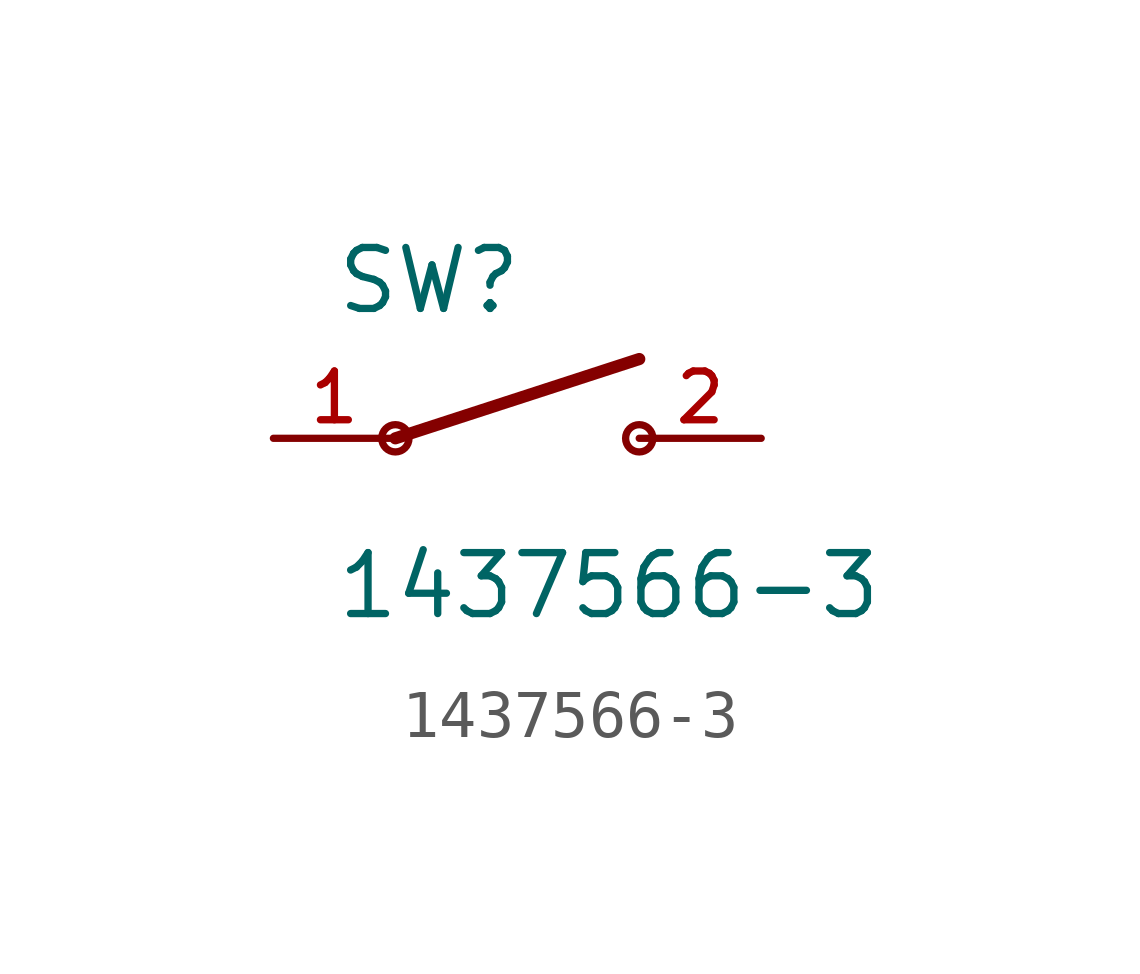
<source format=kicad_sym>
(kicad_symbol_lib
  (version 20211014)
  (generator kicad_symbol_editor)
  (symbol "1437566-3"
    (pin_names
      (offset 1.016))
    (property "Reference" "SW"
      (at -3.813 2.542 0)
      (effects (font (size 1.27 1.27)) (justify bottom left)))
    (property "Value" "1437566-3"
      (at -3.814 -3.814 0)
      (effects (font (size 1.27 1.27)) (justify bottom left)))
    (symbol "1437566-3_0_0"
      (polyline (pts (xy -2.54 0.0) (xy 2.54 1.651)) (stroke (width 0.254)))
      (circle (center -2.54 0.0) (radius 0.284) (stroke (width 0.0)) (fill (type none)))
      (circle (center 2.54 0.0) (radius 0.284) (stroke (width 0.0)) (fill (type none)))
      (pin passive line (at -5.08 0.0 0) (length 2.54) (name "~" (effects (font (size 1.016 1.016)))) (number "1" (effects (font (size 1.016 1.016)))))
      (pin passive line (at 5.08 0.0 180.0) (length 2.54) (name "~" (effects (font (size 1.016 1.016)))) (number "2" (effects (font (size 1.016 1.016))))))))
</source>
